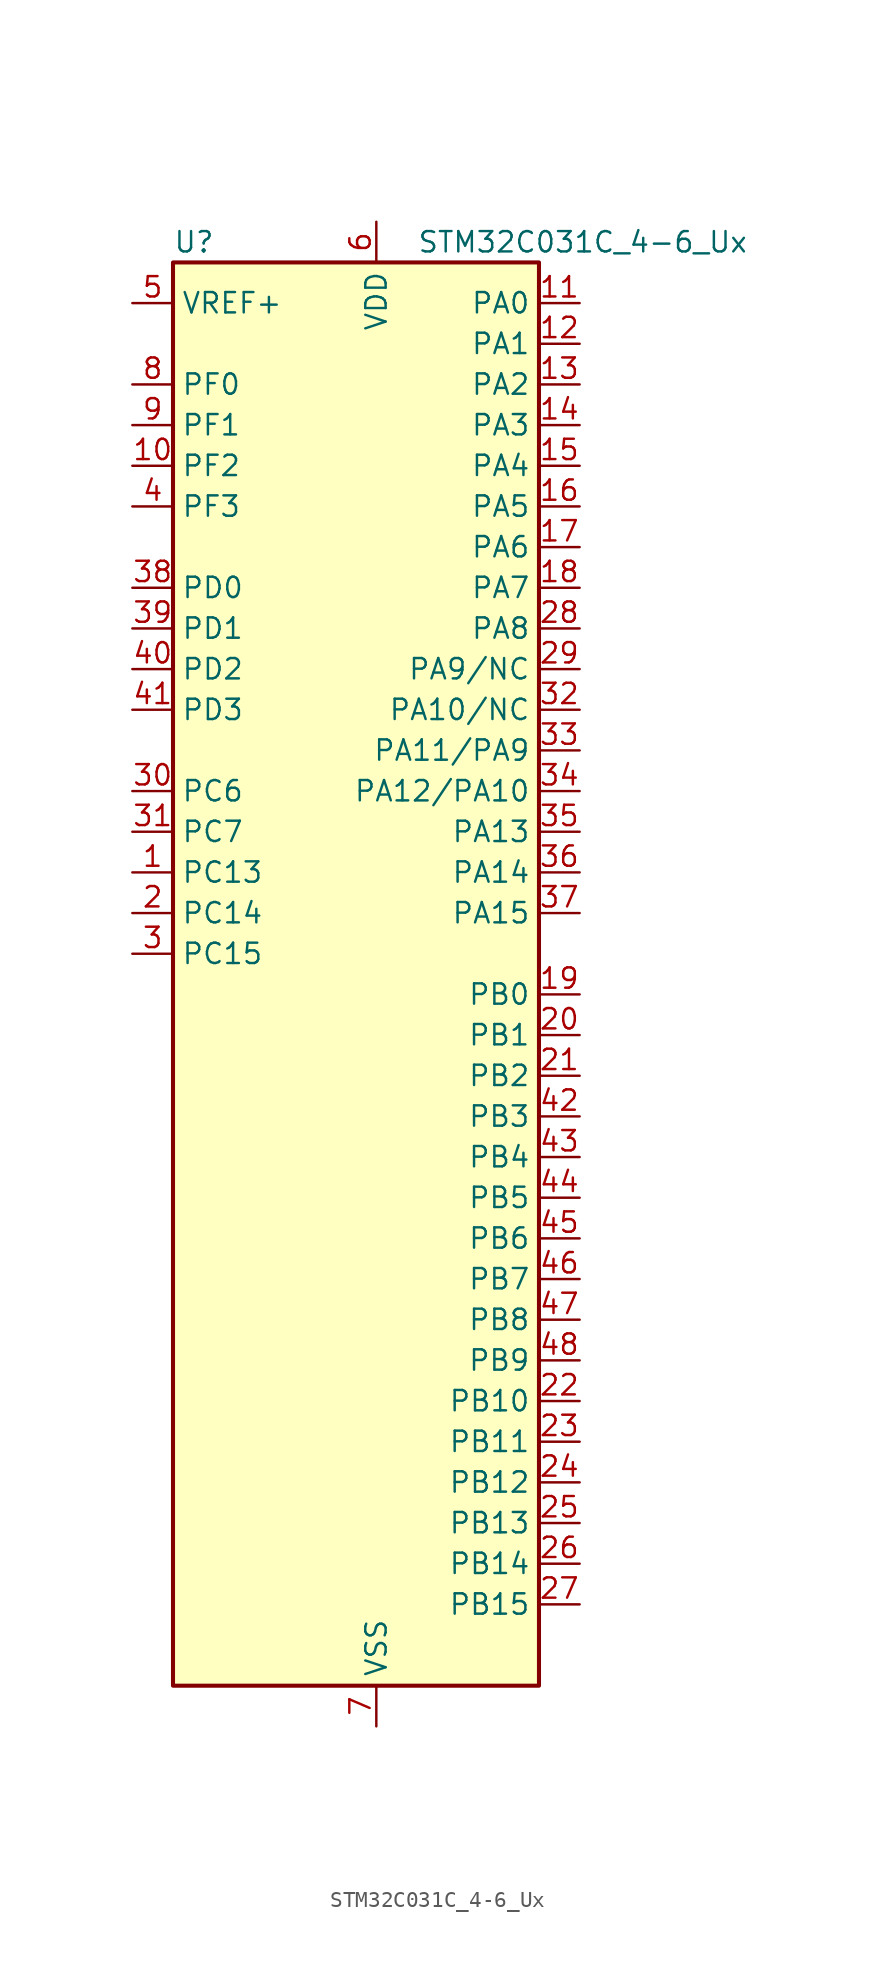
<source format=kicad_sym>
(kicad_symbol_lib
  (version 20211014)
  (generator kicad-library-utils)
  (symbol "STM32C031C_4-6_Ux"
    (property "Reference" "U"
      (at -10.16 46.99 0)
      (effects (font (size 1.27 1.27)) (justify left)))
    (property "Value" "STM32C031C_4-6_Ux"
      (at 5.08 46.99 0)
      (effects (font (size 1.27 1.27)) (justify left)))
    (property "ki_fp_filters" "QFN*1EP*7x7mm*P0.5mm*"
      (at 0.0 0.0 0.0)
      (effects (font (size 1.27 1.27))))
    (symbol "STM32C031C_4-6_Ux_0_1"
      (rectangle (start -10.16 -43.18) (end 12.7 45.72) (stroke (width 0.254)) (fill (type background))))
    (symbol "STM32C031C_4-6_Ux_1_1"
      (pin input line (at -12.7 43.18 0) (length 2.54) (name "VREF+" (effects (font (size 1.27 1.27)))) (number "5" (effects (font (size 1.27 1.27)))))
      (pin bidirectional line (at -12.7 38.1 0) (length 2.54) (name "PF0" (effects (font (size 1.27 1.27)))) (number "8" (effects (font (size 1.27 1.27)))) (alternate "RCC_OSC_IN" bidirectional line) (alternate "TIM14_CH1" bidirectional line))
      (pin bidirectional line (at -12.7 35.56 0) (length 2.54) (name "PF1" (effects (font (size 1.27 1.27)))) (number "9" (effects (font (size 1.27 1.27)))) (alternate "RCC_OSC_EN" bidirectional line) (alternate "RCC_OSC_OUT" bidirectional line))
      (pin bidirectional line (at -12.7 33.02 0) (length 2.54) (name "PF2" (effects (font (size 1.27 1.27)))) (number "10" (effects (font (size 1.27 1.27)))) (alternate "RCC_MCO" bidirectional line) (alternate "TIM1_CH4" bidirectional line))
      (pin bidirectional line (at -12.7 30.48 0) (length 2.54) (name "PF3" (effects (font (size 1.27 1.27)))) (number "4" (effects (font (size 1.27 1.27)))))
      (pin bidirectional line (at -12.7 25.4 0) (length 2.54) (name "PD0" (effects (font (size 1.27 1.27)))) (number "38" (effects (font (size 1.27 1.27)))) (alternate "TIM16_CH1" bidirectional line))
      (pin bidirectional line (at -12.7 22.86 0) (length 2.54) (name "PD1" (effects (font (size 1.27 1.27)))) (number "39" (effects (font (size 1.27 1.27)))) (alternate "TIM17_CH1" bidirectional line))
      (pin bidirectional line (at -12.7 20.32 0) (length 2.54) (name "PD2" (effects (font (size 1.27 1.27)))) (number "40" (effects (font (size 1.27 1.27)))) (alternate "TIM1_CH1N" bidirectional line) (alternate "TIM3_ETR" bidirectional line))
      (pin bidirectional line (at -12.7 17.78 0) (length 2.54) (name "PD3" (effects (font (size 1.27 1.27)))) (number "41" (effects (font (size 1.27 1.27)))) (alternate "TIM1_CH2N" bidirectional line) (alternate "USART2_CTS" bidirectional line) (alternate "USART2_NSS" bidirectional line))
      (pin bidirectional line (at -12.7 12.7 0) (length 2.54) (name "PC6" (effects (font (size 1.27 1.27)))) (number "30" (effects (font (size 1.27 1.27)))) (alternate "TIM3_CH1" bidirectional line))
      (pin bidirectional line (at -12.7 10.16 0) (length 2.54) (name "PC7" (effects (font (size 1.27 1.27)))) (number "31" (effects (font (size 1.27 1.27)))) (alternate "TIM3_CH2" bidirectional line))
      (pin bidirectional line (at -12.7 7.62 0) (length 2.54) (name "PC13" (effects (font (size 1.27 1.27)))) (number "1" (effects (font (size 1.27 1.27)))) (alternate "PWR_WKUP2" bidirectional line) (alternate "RTC_OUT1" bidirectional line) (alternate "RTC_TS" bidirectional line) (alternate "TIM1_BKIN" bidirectional line) (alternate "TIM1_ETR" bidirectional line))
      (pin bidirectional line (at -12.7 5.08 0) (length 2.54) (name "PC14" (effects (font (size 1.27 1.27)))) (number "2" (effects (font (size 1.27 1.27)))) (alternate "I2C1_SDA" bidirectional line) (alternate "IR_OUT" bidirectional line) (alternate "RCC_OSCX_IN" bidirectional line) (alternate "TIM17_CH1" bidirectional line) (alternate "TIM1_BKIN2" bidirectional line) (alternate "TIM1_ETR" bidirectional line) (alternate "TIM3_CH2" bidirectional line) (alternate "USART1_TX" bidirectional line) (alternate "USART2_CK" bidirectional line) (alternate "USART2_DE" bidirectional line) (alternate "USART2_RTS" bidirectional line))
      (pin bidirectional line (at -12.7 2.54 0) (length 2.54) (name "PC15" (effects (font (size 1.27 1.27)))) (number "3" (effects (font (size 1.27 1.27)))) (alternate "RCC_OSC32_EN" bidirectional line) (alternate "RCC_OSCX_OUT" bidirectional line) (alternate "RCC_OSC_EN" bidirectional line) (alternate "TIM1_ETR" bidirectional line) (alternate "TIM3_CH3" bidirectional line))
      (pin bidirectional line (at 15.24 43.18 180) (length 2.54) (name "PA0" (effects (font (size 1.27 1.27)))) (number "11" (effects (font (size 1.27 1.27)))) (alternate "ADC1_IN0" bidirectional line) (alternate "PWR_WKUP1" bidirectional line) (alternate "TIM16_CH1" bidirectional line) (alternate "TIM1_CH1" bidirectional line) (alternate "USART1_TX" bidirectional line) (alternate "USART2_CTS" bidirectional line) (alternate "USART2_NSS" bidirectional line))
      (pin bidirectional line (at 15.24 40.64 180) (length 2.54) (name "PA1" (effects (font (size 1.27 1.27)))) (number "12" (effects (font (size 1.27 1.27)))) (alternate "ADC1_IN1" bidirectional line) (alternate "I2C1_SMBA" bidirectional line) (alternate "I2S1_CK" bidirectional line) (alternate "SPI1_SCK" bidirectional line) (alternate "TIM17_CH1" bidirectional line) (alternate "TIM1_CH2" bidirectional line) (alternate "USART1_RX" bidirectional line) (alternate "USART2_CK" bidirectional line) (alternate "USART2_DE" bidirectional line) (alternate "USART2_RTS" bidirectional line))
      (pin bidirectional line (at 15.24 38.1 180) (length 2.54) (name "PA2" (effects (font (size 1.27 1.27)))) (number "13" (effects (font (size 1.27 1.27)))) (alternate "ADC1_IN2" bidirectional line) (alternate "I2S1_SD" bidirectional line) (alternate "PWR_WKUP4" bidirectional line) (alternate "RCC_LSCO" bidirectional line) (alternate "SPI1_MOSI" bidirectional line) (alternate "TIM16_CH1N" bidirectional line) (alternate "TIM1_CH3" bidirectional line) (alternate "TIM3_ETR" bidirectional line) (alternate "USART2_TX" bidirectional line))
      (pin bidirectional line (at 15.24 35.56 180) (length 2.54) (name "PA3" (effects (font (size 1.27 1.27)))) (number "14" (effects (font (size 1.27 1.27)))) (alternate "ADC1_IN3" bidirectional line) (alternate "TIM1_CH1N" bidirectional line) (alternate "TIM1_CH4" bidirectional line) (alternate "USART2_RX" bidirectional line))
      (pin bidirectional line (at 15.24 33.02 180) (length 2.54) (name "PA4" (effects (font (size 1.27 1.27)))) (number "15" (effects (font (size 1.27 1.27)))) (alternate "ADC1_IN4" bidirectional line) (alternate "I2S1_WS" bidirectional line) (alternate "RTC_OUT2" bidirectional line) (alternate "SPI1_NSS" bidirectional line) (alternate "TIM14_CH1" bidirectional line) (alternate "TIM17_CH1N" bidirectional line) (alternate "TIM1_CH2N" bidirectional line) (alternate "USART2_TX" bidirectional line))
      (pin bidirectional line (at 15.24 30.48 180) (length 2.54) (name "PA5" (effects (font (size 1.27 1.27)))) (number "16" (effects (font (size 1.27 1.27)))) (alternate "ADC1_IN5" bidirectional line) (alternate "I2S1_CK" bidirectional line) (alternate "SPI1_SCK" bidirectional line) (alternate "TIM1_CH1" bidirectional line) (alternate "TIM1_CH3N" bidirectional line) (alternate "USART2_RX" bidirectional line))
      (pin bidirectional line (at 15.24 27.94 180) (length 2.54) (name "PA6" (effects (font (size 1.27 1.27)))) (number "17" (effects (font (size 1.27 1.27)))) (alternate "ADC1_IN6" bidirectional line) (alternate "I2S1_MCK" bidirectional line) (alternate "SPI1_MISO" bidirectional line) (alternate "TIM16_CH1" bidirectional line) (alternate "TIM1_BKIN" bidirectional line) (alternate "TIM3_CH1" bidirectional line))
      (pin bidirectional line (at 15.24 25.4 180) (length 2.54) (name "PA7" (effects (font (size 1.27 1.27)))) (number "18" (effects (font (size 1.27 1.27)))) (alternate "ADC1_IN7" bidirectional line) (alternate "I2S1_SD" bidirectional line) (alternate "SPI1_MOSI" bidirectional line) (alternate "TIM14_CH1" bidirectional line) (alternate "TIM17_CH1" bidirectional line) (alternate "TIM1_CH1N" bidirectional line) (alternate "TIM3_CH2" bidirectional line))
      (pin bidirectional line (at 15.24 22.86 180) (length 2.54) (name "PA8" (effects (font (size 1.27 1.27)))) (number "28" (effects (font (size 1.27 1.27)))) (alternate "ADC1_IN8" bidirectional line) (alternate "I2S1_WS" bidirectional line) (alternate "RCC_MCO" bidirectional line) (alternate "RCC_MCO_2" bidirectional line) (alternate "SPI1_NSS" bidirectional line) (alternate "TIM14_CH1" bidirectional line) (alternate "TIM1_CH1" bidirectional line) (alternate "TIM1_CH2N" bidirectional line) (alternate "TIM1_CH3N" bidirectional line) (alternate "TIM3_CH3" bidirectional line) (alternate "TIM3_CH4" bidirectional line) (alternate "USART1_RX" bidirectional line) (alternate "USART2_TX" bidirectional line))
      (pin bidirectional line (at 15.24 20.32 180) (length 2.54) (name "PA9/NC" (effects (font (size 1.27 1.27)))) (number "29" (effects (font (size 1.27 1.27)))) (alternate "I2C1_SCL" bidirectional line) (alternate "RCC_MCO" bidirectional line) (alternate "TIM1_CH2" bidirectional line) (alternate "TIM3_ETR" bidirectional line) (alternate "USART1_TX" bidirectional line))
      (pin bidirectional line (at 15.24 17.78 180) (length 2.54) (name "PA10/NC" (effects (font (size 1.27 1.27)))) (number "32" (effects (font (size 1.27 1.27)))) (alternate "I2C1_SDA" bidirectional line) (alternate "RCC_MCO_2" bidirectional line) (alternate "TIM17_BKIN" bidirectional line) (alternate "TIM1_CH3" bidirectional line) (alternate "USART1_RX" bidirectional line))
      (pin bidirectional line (at 15.24 15.24 180) (length 2.54) (name "PA11/PA9" (effects (font (size 1.27 1.27)))) (number "33" (effects (font (size 1.27 1.27)))) (alternate "ADC1_EXTI11" bidirectional line) (alternate "ADC1_IN11" bidirectional line) (alternate "I2S1_MCK" bidirectional line) (alternate "SPI1_MISO" bidirectional line) (alternate "TIM1_BKIN2" bidirectional line) (alternate "TIM1_CH4" bidirectional line) (alternate "USART1_CTS" bidirectional line) (alternate "USART1_NSS" bidirectional line))
      (pin bidirectional line (at 15.24 12.7 180) (length 2.54) (name "PA12/PA10" (effects (font (size 1.27 1.27)))) (number "34" (effects (font (size 1.27 1.27)))) (alternate "ADC1_IN12" bidirectional line) (alternate "I2S1_SD" bidirectional line) (alternate "I2S_CKIN" bidirectional line) (alternate "SPI1_MOSI" bidirectional line) (alternate "TIM1_ETR" bidirectional line) (alternate "USART1_CK" bidirectional line) (alternate "USART1_DE" bidirectional line) (alternate "USART1_RTS" bidirectional line))
      (pin bidirectional line (at 15.24 10.16 180) (length 2.54) (name "PA13" (effects (font (size 1.27 1.27)))) (number "35" (effects (font (size 1.27 1.27)))) (alternate "ADC1_IN13" bidirectional line) (alternate "DEBUG_SWDIO" bidirectional line) (alternate "IR_OUT" bidirectional line) (alternate "TIM3_ETR" bidirectional line) (alternate "USART2_RX" bidirectional line))
      (pin bidirectional line (at 15.24 7.62 180) (length 2.54) (name "PA14" (effects (font (size 1.27 1.27)))) (number "36" (effects (font (size 1.27 1.27)))) (alternate "ADC1_IN14" bidirectional line) (alternate "DEBUG_SWCLK" bidirectional line) (alternate "I2S1_WS" bidirectional line) (alternate "RCC_MCO_2" bidirectional line) (alternate "SPI1_NSS" bidirectional line) (alternate "TIM1_CH1" bidirectional line) (alternate "USART1_CK" bidirectional line) (alternate "USART1_DE" bidirectional line) (alternate "USART1_RTS" bidirectional line) (alternate "USART2_RX" bidirectional line) (alternate "USART2_TX" bidirectional line))
      (pin bidirectional line (at 15.24 5.08 180) (length 2.54) (name "PA15" (effects (font (size 1.27 1.27)))) (number "37" (effects (font (size 1.27 1.27)))) (alternate "I2S1_WS" bidirectional line) (alternate "RCC_MCO_2" bidirectional line) (alternate "SPI1_NSS" bidirectional line) (alternate "TIM1_CH1" bidirectional line) (alternate "USART1_CK" bidirectional line) (alternate "USART1_DE" bidirectional line) (alternate "USART1_RTS" bidirectional line) (alternate "USART2_RX" bidirectional line))
      (pin bidirectional line (at 15.24 0.0 180) (length 2.54) (name "PB0" (effects (font (size 1.27 1.27)))) (number "19" (effects (font (size 1.27 1.27)))) (alternate "ADC1_IN17" bidirectional line) (alternate "I2S1_WS" bidirectional line) (alternate "SPI1_NSS" bidirectional line) (alternate "TIM1_CH2N" bidirectional line) (alternate "TIM3_CH3" bidirectional line))
      (pin bidirectional line (at 15.24 -2.54 180) (length 2.54) (name "PB1" (effects (font (size 1.27 1.27)))) (number "20" (effects (font (size 1.27 1.27)))) (alternate "ADC1_IN18" bidirectional line) (alternate "TIM14_CH1" bidirectional line) (alternate "TIM1_CH2N" bidirectional line) (alternate "TIM1_CH3N" bidirectional line) (alternate "TIM3_CH4" bidirectional line))
      (pin bidirectional line (at 15.24 -5.08 180) (length 2.54) (name "PB2" (effects (font (size 1.27 1.27)))) (number "21" (effects (font (size 1.27 1.27)))) (alternate "ADC1_IN19" bidirectional line) (alternate "RCC_MCO_2" bidirectional line) (alternate "USART1_RX" bidirectional line))
      (pin bidirectional line (at 15.24 -7.62 180) (length 2.54) (name "PB3" (effects (font (size 1.27 1.27)))) (number "42" (effects (font (size 1.27 1.27)))) (alternate "I2S1_CK" bidirectional line) (alternate "SPI1_SCK" bidirectional line) (alternate "TIM1_CH2" bidirectional line) (alternate "TIM3_CH2" bidirectional line) (alternate "USART1_CK" bidirectional line) (alternate "USART1_DE" bidirectional line) (alternate "USART1_RTS" bidirectional line))
      (pin bidirectional line (at 15.24 -10.16 180) (length 2.54) (name "PB4" (effects (font (size 1.27 1.27)))) (number "43" (effects (font (size 1.27 1.27)))) (alternate "I2S1_MCK" bidirectional line) (alternate "SPI1_MISO" bidirectional line) (alternate "TIM17_BKIN" bidirectional line) (alternate "TIM3_CH1" bidirectional line) (alternate "USART1_CTS" bidirectional line) (alternate "USART1_NSS" bidirectional line))
      (pin bidirectional line (at 15.24 -12.7 180) (length 2.54) (name "PB5" (effects (font (size 1.27 1.27)))) (number "44" (effects (font (size 1.27 1.27)))) (alternate "I2C1_SMBA" bidirectional line) (alternate "I2S1_SD" bidirectional line) (alternate "PWR_WKUP6" bidirectional line) (alternate "SPI1_MOSI" bidirectional line) (alternate "TIM16_BKIN" bidirectional line) (alternate "TIM3_CH2" bidirectional line) (alternate "TIM3_CH3" bidirectional line))
      (pin bidirectional line (at 15.24 -15.24 180) (length 2.54) (name "PB6" (effects (font (size 1.27 1.27)))) (number "45" (effects (font (size 1.27 1.27)))) (alternate "I2C1_SCL" bidirectional line) (alternate "I2C1_SMBA" bidirectional line) (alternate "I2S1_CK" bidirectional line) (alternate "I2S1_MCK" bidirectional line) (alternate "I2S1_SD" bidirectional line) (alternate "PWR_WKUP3" bidirectional line) (alternate "SPI1_MISO" bidirectional line) (alternate "SPI1_MOSI" bidirectional line) (alternate "SPI1_SCK" bidirectional line) (alternate "TIM16_BKIN" bidirectional line) (alternate "TIM16_CH1N" bidirectional line) (alternate "TIM17_BKIN" bidirectional line) (alternate "TIM1_CH2" bidirectional line) (alternate "TIM1_CH3" bidirectional line) (alternate "TIM3_CH1" bidirectional line) (alternate "TIM3_CH2" bidirectional line) (alternate "TIM3_CH3" bidirectional line) (alternate "USART1_CK" bidirectional line) (alternate "USART1_CTS" bidirectional line) (alternate "USART1_DE" bidirectional line) (alternate "USART1_NSS" bidirectional line) (alternate "USART1_RTS" bidirectional line) (alternate "USART1_TX" bidirectional line))
      (pin bidirectional line (at 15.24 -17.78 180) (length 2.54) (name "PB7" (effects (font (size 1.27 1.27)))) (number "46" (effects (font (size 1.27 1.27)))) (alternate "I2C1_SCL" bidirectional line) (alternate "I2C1_SDA" bidirectional line) (alternate "TIM16_CH1" bidirectional line) (alternate "TIM17_CH1N" bidirectional line) (alternate "TIM1_CH4" bidirectional line) (alternate "TIM3_CH1" bidirectional line) (alternate "TIM3_CH4" bidirectional line) (alternate "USART1_RX" bidirectional line) (alternate "USART2_CTS" bidirectional line) (alternate "USART2_NSS" bidirectional line))
      (pin bidirectional line (at 15.24 -20.32 180) (length 2.54) (name "PB8" (effects (font (size 1.27 1.27)))) (number "47" (effects (font (size 1.27 1.27)))) (alternate "I2C1_SCL" bidirectional line) (alternate "TIM16_CH1" bidirectional line) (alternate "TIM3_CH1" bidirectional line) (alternate "USART2_CTS" bidirectional line) (alternate "USART2_NSS" bidirectional line))
      (pin bidirectional line (at 15.24 -22.86 180) (length 2.54) (name "PB9" (effects (font (size 1.27 1.27)))) (number "48" (effects (font (size 1.27 1.27)))) (alternate "I2C1_SDA" bidirectional line) (alternate "IR_OUT" bidirectional line) (alternate "TIM17_CH1" bidirectional line) (alternate "TIM3_CH2" bidirectional line) (alternate "USART2_CK" bidirectional line) (alternate "USART2_DE" bidirectional line) (alternate "USART2_RTS" bidirectional line))
      (pin bidirectional line (at 15.24 -25.4 180) (length 2.54) (name "PB10" (effects (font (size 1.27 1.27)))) (number "22" (effects (font (size 1.27 1.27)))) (alternate "ADC1_IN20" bidirectional line))
      (pin bidirectional line (at 15.24 -27.94 180) (length 2.54) (name "PB11" (effects (font (size 1.27 1.27)))) (number "23" (effects (font (size 1.27 1.27)))) (alternate "ADC1_EXTI11" bidirectional line) (alternate "ADC1_IN21" bidirectional line))
      (pin bidirectional line (at 15.24 -30.48 180) (length 2.54) (name "PB12" (effects (font (size 1.27 1.27)))) (number "24" (effects (font (size 1.27 1.27)))) (alternate "ADC1_IN22" bidirectional line) (alternate "TIM1_BKIN" bidirectional line) (alternate "TIM1_BKIN2" bidirectional line))
      (pin bidirectional line (at 15.24 -33.02 180) (length 2.54) (name "PB13" (effects (font (size 1.27 1.27)))) (number "25" (effects (font (size 1.27 1.27)))) (alternate "TIM1_CH1N" bidirectional line))
      (pin bidirectional line (at 15.24 -35.56 180) (length 2.54) (name "PB14" (effects (font (size 1.27 1.27)))) (number "26" (effects (font (size 1.27 1.27)))) (alternate "TIM1_CH2N" bidirectional line))
      (pin bidirectional line (at 15.24 -38.1 180) (length 2.54) (name "PB15" (effects (font (size 1.27 1.27)))) (number "27" (effects (font (size 1.27 1.27)))) (alternate "RTC_REFIN" bidirectional line) (alternate "TIM1_CH3N" bidirectional line))
      (pin power_in line (at 2.54 48.26 270) (length 2.54) (name "VDD" (effects (font (size 1.27 1.27)))) (number "6" (effects (font (size 1.27 1.27)))))
      (pin power_in line (at 2.54 -45.72 90) (length 2.54) (name "VSS" (effects (font (size 1.27 1.27)))) (number "7" (effects (font (size 1.27 1.27)))))
      (pin passive line (at 2.54 -45.72 90) (length 2.54) hide (name "VSS" (effects (font (size 1.27 1.27)))) (number "49" (effects (font (size 1.27 1.27))))))))
</source>
